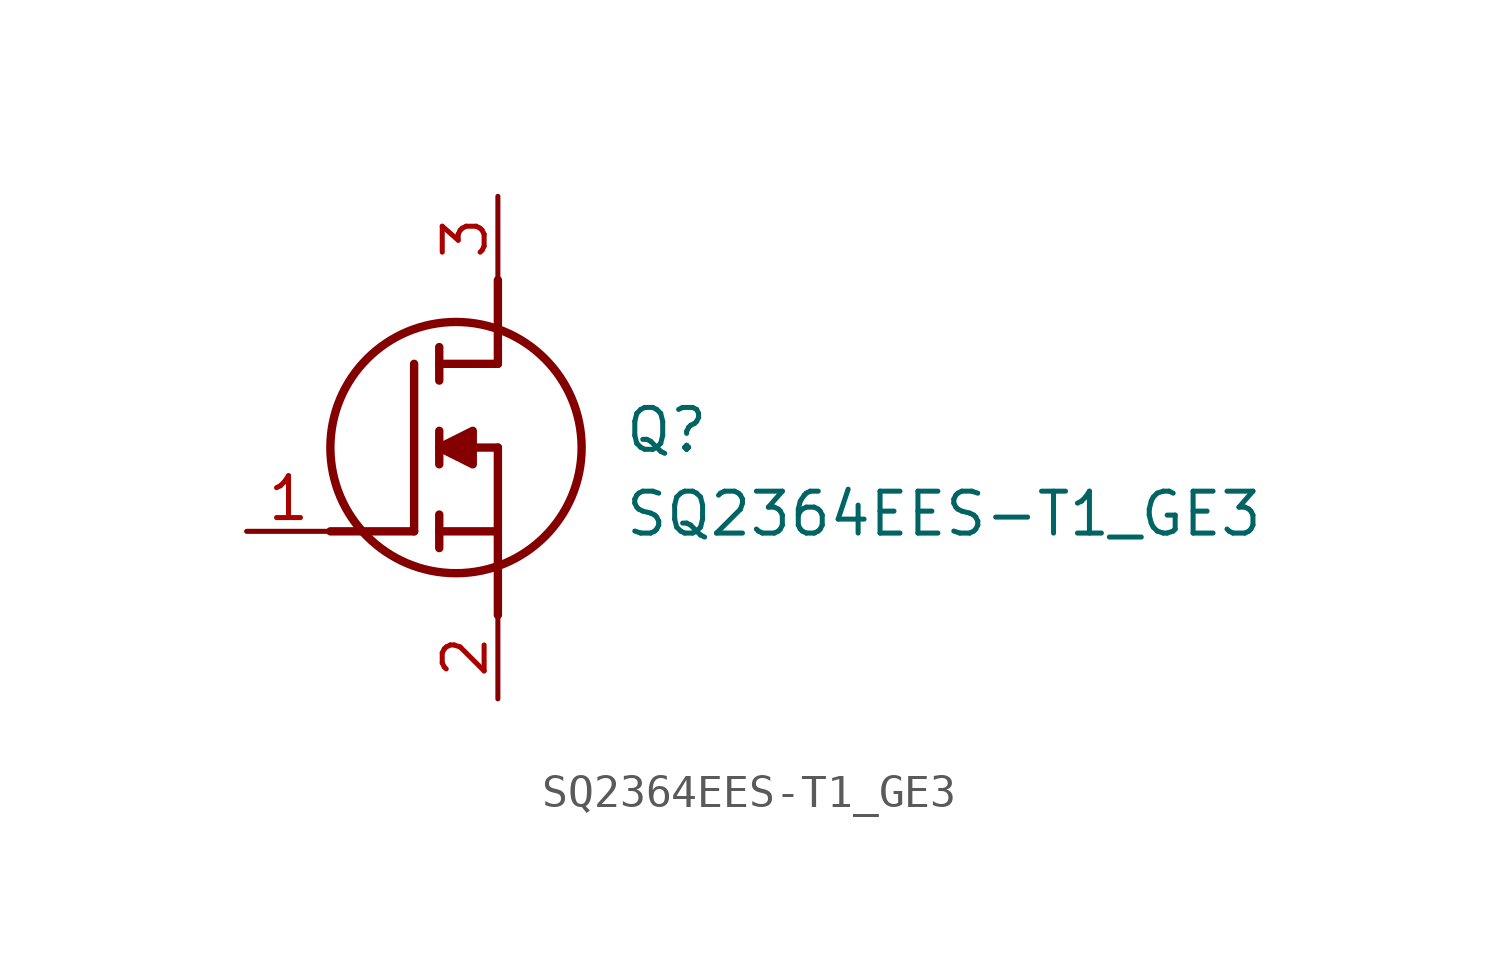
<source format=kicad_sym>
(kicad_symbol_lib
  (version 20211014)
  (generator SamacSys_ECAD_Model)
  (symbol "SQ2364EES-T1_GE3"
    (pin_names hide)
    (property "Reference" "Q"
      (at 11.43 3.81 0)
      (effects (font (size 1.27 1.27)) (justify left top)))
    (property "Value" "SQ2364EES-T1_GE3"
      (at 11.43 1.27 0)
      (effects (font (size 1.27 1.27)) (justify left top)))
    (polyline
      (pts (xy 7.62 2.54) (xy 7.62 -2.54))
      (stroke (width 0.254) (type default))
      (fill (type none)))
    (polyline
      (pts (xy 7.62 5.08) (xy 7.62 7.62))
      (stroke (width 0.254) (type default))
      (fill (type none)))
    (polyline
      (pts (xy 2.54 0) (xy 5.08 0))
      (stroke (width 0.254) (type default))
      (fill (type none)))
    (polyline
      (pts (xy 5.08 5.08) (xy 5.08 0))
      (stroke (width 0.254) (type default))
      (fill (type none)))
    (polyline
      (pts (xy 7.62 2.54) (xy 5.842 2.54))
      (stroke (width 0.254) (type default))
      (fill (type none)))
    (polyline
      (pts (xy 7.62 5.08) (xy 5.842 5.08))
      (stroke (width 0.254) (type default))
      (fill (type none)))
    (polyline
      (pts (xy 5.842 0) (xy 7.62 0))
      (stroke (width 0.254) (type default))
      (fill (type none)))
    (polyline
      (pts (xy 5.842 5.588) (xy 5.842 4.572))
      (stroke (width 0.254) (type default))
      (fill (type none)))
    (polyline
      (pts (xy 5.842 -0.508) (xy 5.842 0.508))
      (stroke (width 0.254) (type default))
      (fill (type none)))
    (polyline
      (pts (xy 5.842 2.032) (xy 5.842 3.048))
      (stroke (width 0.254) (type default))
      (fill (type none)))
    (circle
      (center 6.35 2.54)
      (radius 3.81)
      (stroke (width 0.254) (type default))
      (fill (type none)))
    (polyline
      (pts (xy 5.842 2.54) (xy 6.858 3.048) (xy 6.858 2.032) (xy 5.842 2.54))
      (stroke (width 0.254) (type default))
      (fill (type outline)))
    (pin passive line
      (at 0 0 0)
      (length 2.54)
      (name "G" (effects (font (size 1.27 1.27))))
      (number "1" (effects (font (size 1.27 1.27)))))
    (pin passive line
      (at 7.62 10.16 270)
      (length 2.54)
      (name "D" (effects (font (size 1.27 1.27))))
      (number "3" (effects (font (size 1.27 1.27)))))
    (pin passive line
      (at 7.62 -5.08 90)
      (length 2.54)
      (name "S" (effects (font (size 1.27 1.27))))
      (number "2" (effects (font (size 1.27 1.27)))))))
</source>
